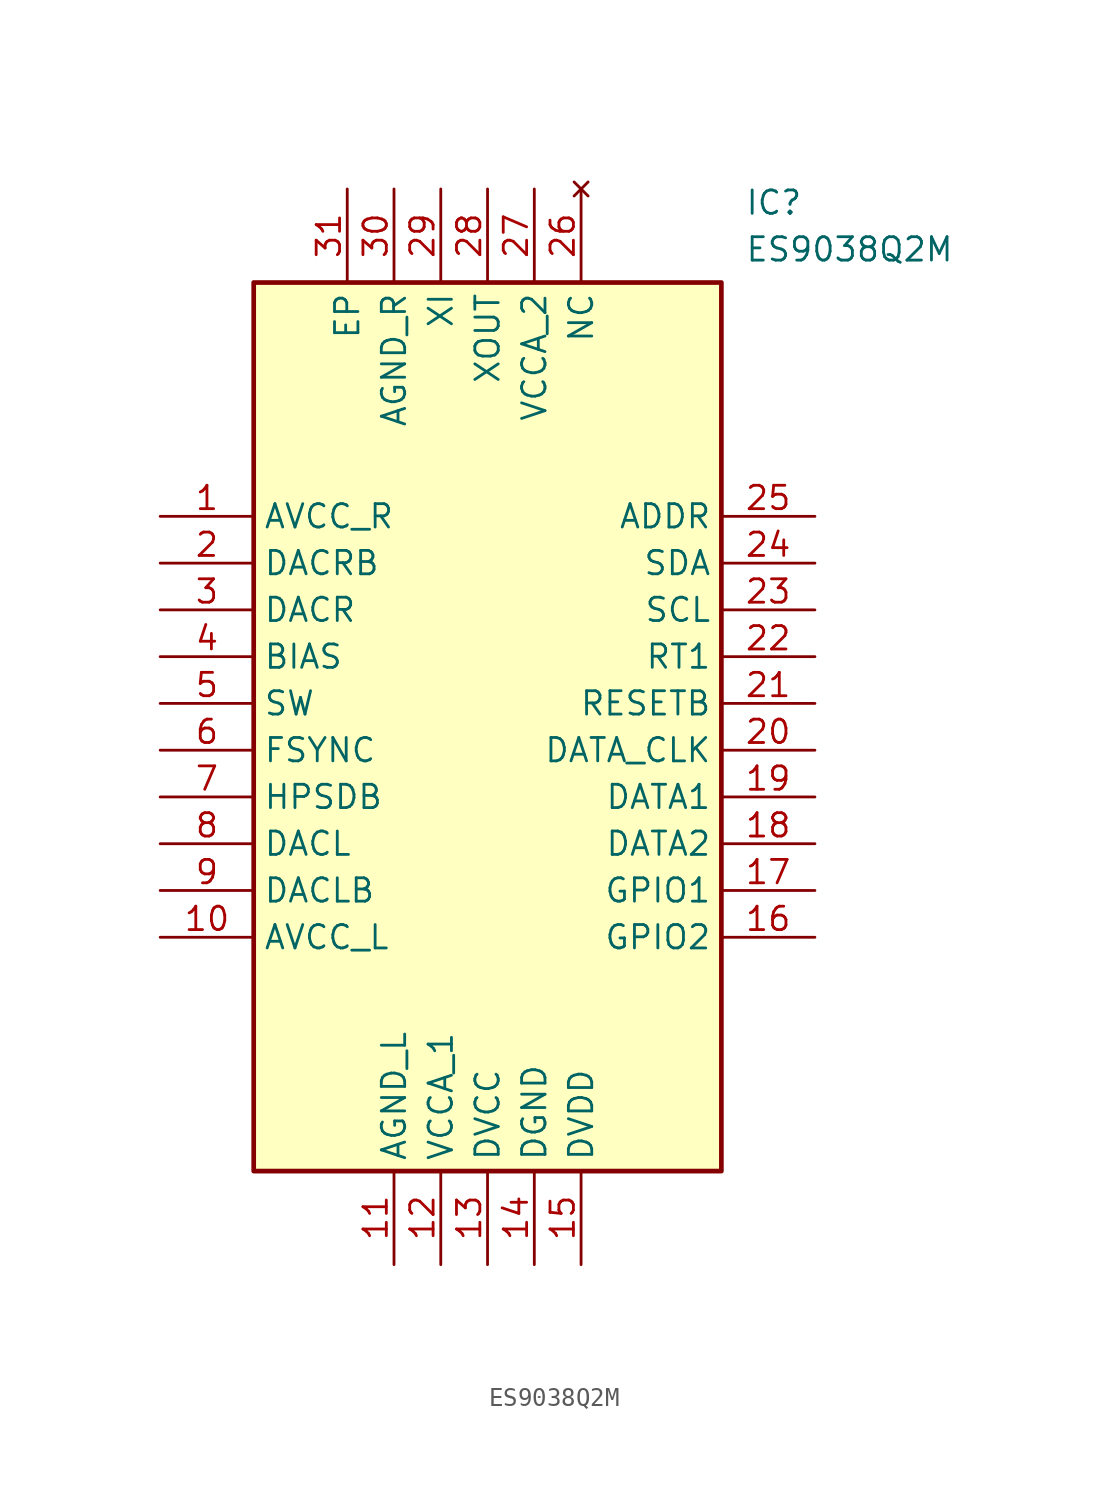
<source format=kicad_sym>
(kicad_symbol_lib
  (version 20211014)
  (generator SamacSys_ECAD_Model)
  (symbol "ES9038Q2M"
    (property "Reference" "IC"
      (at 31.75 17.78 0)
      (effects (font (size 1.27 1.27)) (justify left top)))
    (property "Value" "ES9038Q2M"
      (at 31.75 15.24 0)
      (effects (font (size 1.27 1.27)) (justify left top)))
    (rectangle
      (start 5.08 12.7)
      (end 30.48 -35.56)
      (stroke (width 0.254) (type default))
      (fill (type background)))
    (pin passive line
      (at 0 0 0)
      (length 5.08)
      (name "AVCC_R" (effects (font (size 1.27 1.27))))
      (number "1" (effects (font (size 1.27 1.27)))))
    (pin passive line
      (at 0 -2.54 0)
      (length 5.08)
      (name "DACRB" (effects (font (size 1.27 1.27))))
      (number "2" (effects (font (size 1.27 1.27)))))
    (pin passive line
      (at 0 -5.08 0)
      (length 5.08)
      (name "DACR" (effects (font (size 1.27 1.27))))
      (number "3" (effects (font (size 1.27 1.27)))))
    (pin passive line
      (at 0 -7.62 0)
      (length 5.08)
      (name "BIAS" (effects (font (size 1.27 1.27))))
      (number "4" (effects (font (size 1.27 1.27)))))
    (pin passive line
      (at 0 -10.16 0)
      (length 5.08)
      (name "SW" (effects (font (size 1.27 1.27))))
      (number "5" (effects (font (size 1.27 1.27)))))
    (pin passive line
      (at 0 -12.7 0)
      (length 5.08)
      (name "FSYNC" (effects (font (size 1.27 1.27))))
      (number "6" (effects (font (size 1.27 1.27)))))
    (pin passive line
      (at 0 -15.24 0)
      (length 5.08)
      (name "HPSDB" (effects (font (size 1.27 1.27))))
      (number "7" (effects (font (size 1.27 1.27)))))
    (pin passive line
      (at 0 -17.78 0)
      (length 5.08)
      (name "DACL" (effects (font (size 1.27 1.27))))
      (number "8" (effects (font (size 1.27 1.27)))))
    (pin passive line
      (at 0 -20.32 0)
      (length 5.08)
      (name "DACLB" (effects (font (size 1.27 1.27))))
      (number "9" (effects (font (size 1.27 1.27)))))
    (pin passive line
      (at 0 -22.86 0)
      (length 5.08)
      (name "AVCC_L" (effects (font (size 1.27 1.27))))
      (number "10" (effects (font (size 1.27 1.27)))))
    (pin passive line
      (at 12.7 -40.64 90)
      (length 5.08)
      (name "AGND_L" (effects (font (size 1.27 1.27))))
      (number "11" (effects (font (size 1.27 1.27)))))
    (pin passive line
      (at 15.24 -40.64 90)
      (length 5.08)
      (name "VCCA_1" (effects (font (size 1.27 1.27))))
      (number "12" (effects (font (size 1.27 1.27)))))
    (pin passive line
      (at 17.78 -40.64 90)
      (length 5.08)
      (name "DVCC" (effects (font (size 1.27 1.27))))
      (number "13" (effects (font (size 1.27 1.27)))))
    (pin passive line
      (at 20.32 -40.64 90)
      (length 5.08)
      (name "DGND" (effects (font (size 1.27 1.27))))
      (number "14" (effects (font (size 1.27 1.27)))))
    (pin passive line
      (at 22.86 -40.64 90)
      (length 5.08)
      (name "DVDD" (effects (font (size 1.27 1.27))))
      (number "15" (effects (font (size 1.27 1.27)))))
    (pin passive line
      (at 35.56 0 180)
      (length 5.08)
      (name "ADDR" (effects (font (size 1.27 1.27))))
      (number "25" (effects (font (size 1.27 1.27)))))
    (pin passive line
      (at 35.56 -2.54 180)
      (length 5.08)
      (name "SDA" (effects (font (size 1.27 1.27))))
      (number "24" (effects (font (size 1.27 1.27)))))
    (pin passive line
      (at 35.56 -5.08 180)
      (length 5.08)
      (name "SCL" (effects (font (size 1.27 1.27))))
      (number "23" (effects (font (size 1.27 1.27)))))
    (pin passive line
      (at 35.56 -7.62 180)
      (length 5.08)
      (name "RT1" (effects (font (size 1.27 1.27))))
      (number "22" (effects (font (size 1.27 1.27)))))
    (pin passive line
      (at 35.56 -10.16 180)
      (length 5.08)
      (name "RESETB" (effects (font (size 1.27 1.27))))
      (number "21" (effects (font (size 1.27 1.27)))))
    (pin passive line
      (at 35.56 -12.7 180)
      (length 5.08)
      (name "DATA_CLK" (effects (font (size 1.27 1.27))))
      (number "20" (effects (font (size 1.27 1.27)))))
    (pin passive line
      (at 35.56 -15.24 180)
      (length 5.08)
      (name "DATA1" (effects (font (size 1.27 1.27))))
      (number "19" (effects (font (size 1.27 1.27)))))
    (pin passive line
      (at 35.56 -17.78 180)
      (length 5.08)
      (name "DATA2" (effects (font (size 1.27 1.27))))
      (number "18" (effects (font (size 1.27 1.27)))))
    (pin passive line
      (at 35.56 -20.32 180)
      (length 5.08)
      (name "GPIO1" (effects (font (size 1.27 1.27))))
      (number "17" (effects (font (size 1.27 1.27)))))
    (pin passive line
      (at 35.56 -22.86 180)
      (length 5.08)
      (name "GPIO2" (effects (font (size 1.27 1.27))))
      (number "16" (effects (font (size 1.27 1.27)))))
    (pin passive line
      (at 10.16 17.78 270)
      (length 5.08)
      (name "EP" (effects (font (size 1.27 1.27))))
      (number "31" (effects (font (size 1.27 1.27)))))
    (pin passive line
      (at 12.7 17.78 270)
      (length 5.08)
      (name "AGND_R" (effects (font (size 1.27 1.27))))
      (number "30" (effects (font (size 1.27 1.27)))))
    (pin passive line
      (at 15.24 17.78 270)
      (length 5.08)
      (name "XI" (effects (font (size 1.27 1.27))))
      (number "29" (effects (font (size 1.27 1.27)))))
    (pin passive line
      (at 17.78 17.78 270)
      (length 5.08)
      (name "XOUT" (effects (font (size 1.27 1.27))))
      (number "28" (effects (font (size 1.27 1.27)))))
    (pin passive line
      (at 20.32 17.78 270)
      (length 5.08)
      (name "VCCA_2" (effects (font (size 1.27 1.27))))
      (number "27" (effects (font (size 1.27 1.27)))))
    (pin no_connect line
      (at 22.86 17.78 270)
      (length 5.08)
      (name "NC" (effects (font (size 1.27 1.27))))
      (number "26" (effects (font (size 1.27 1.27)))))))
</source>
